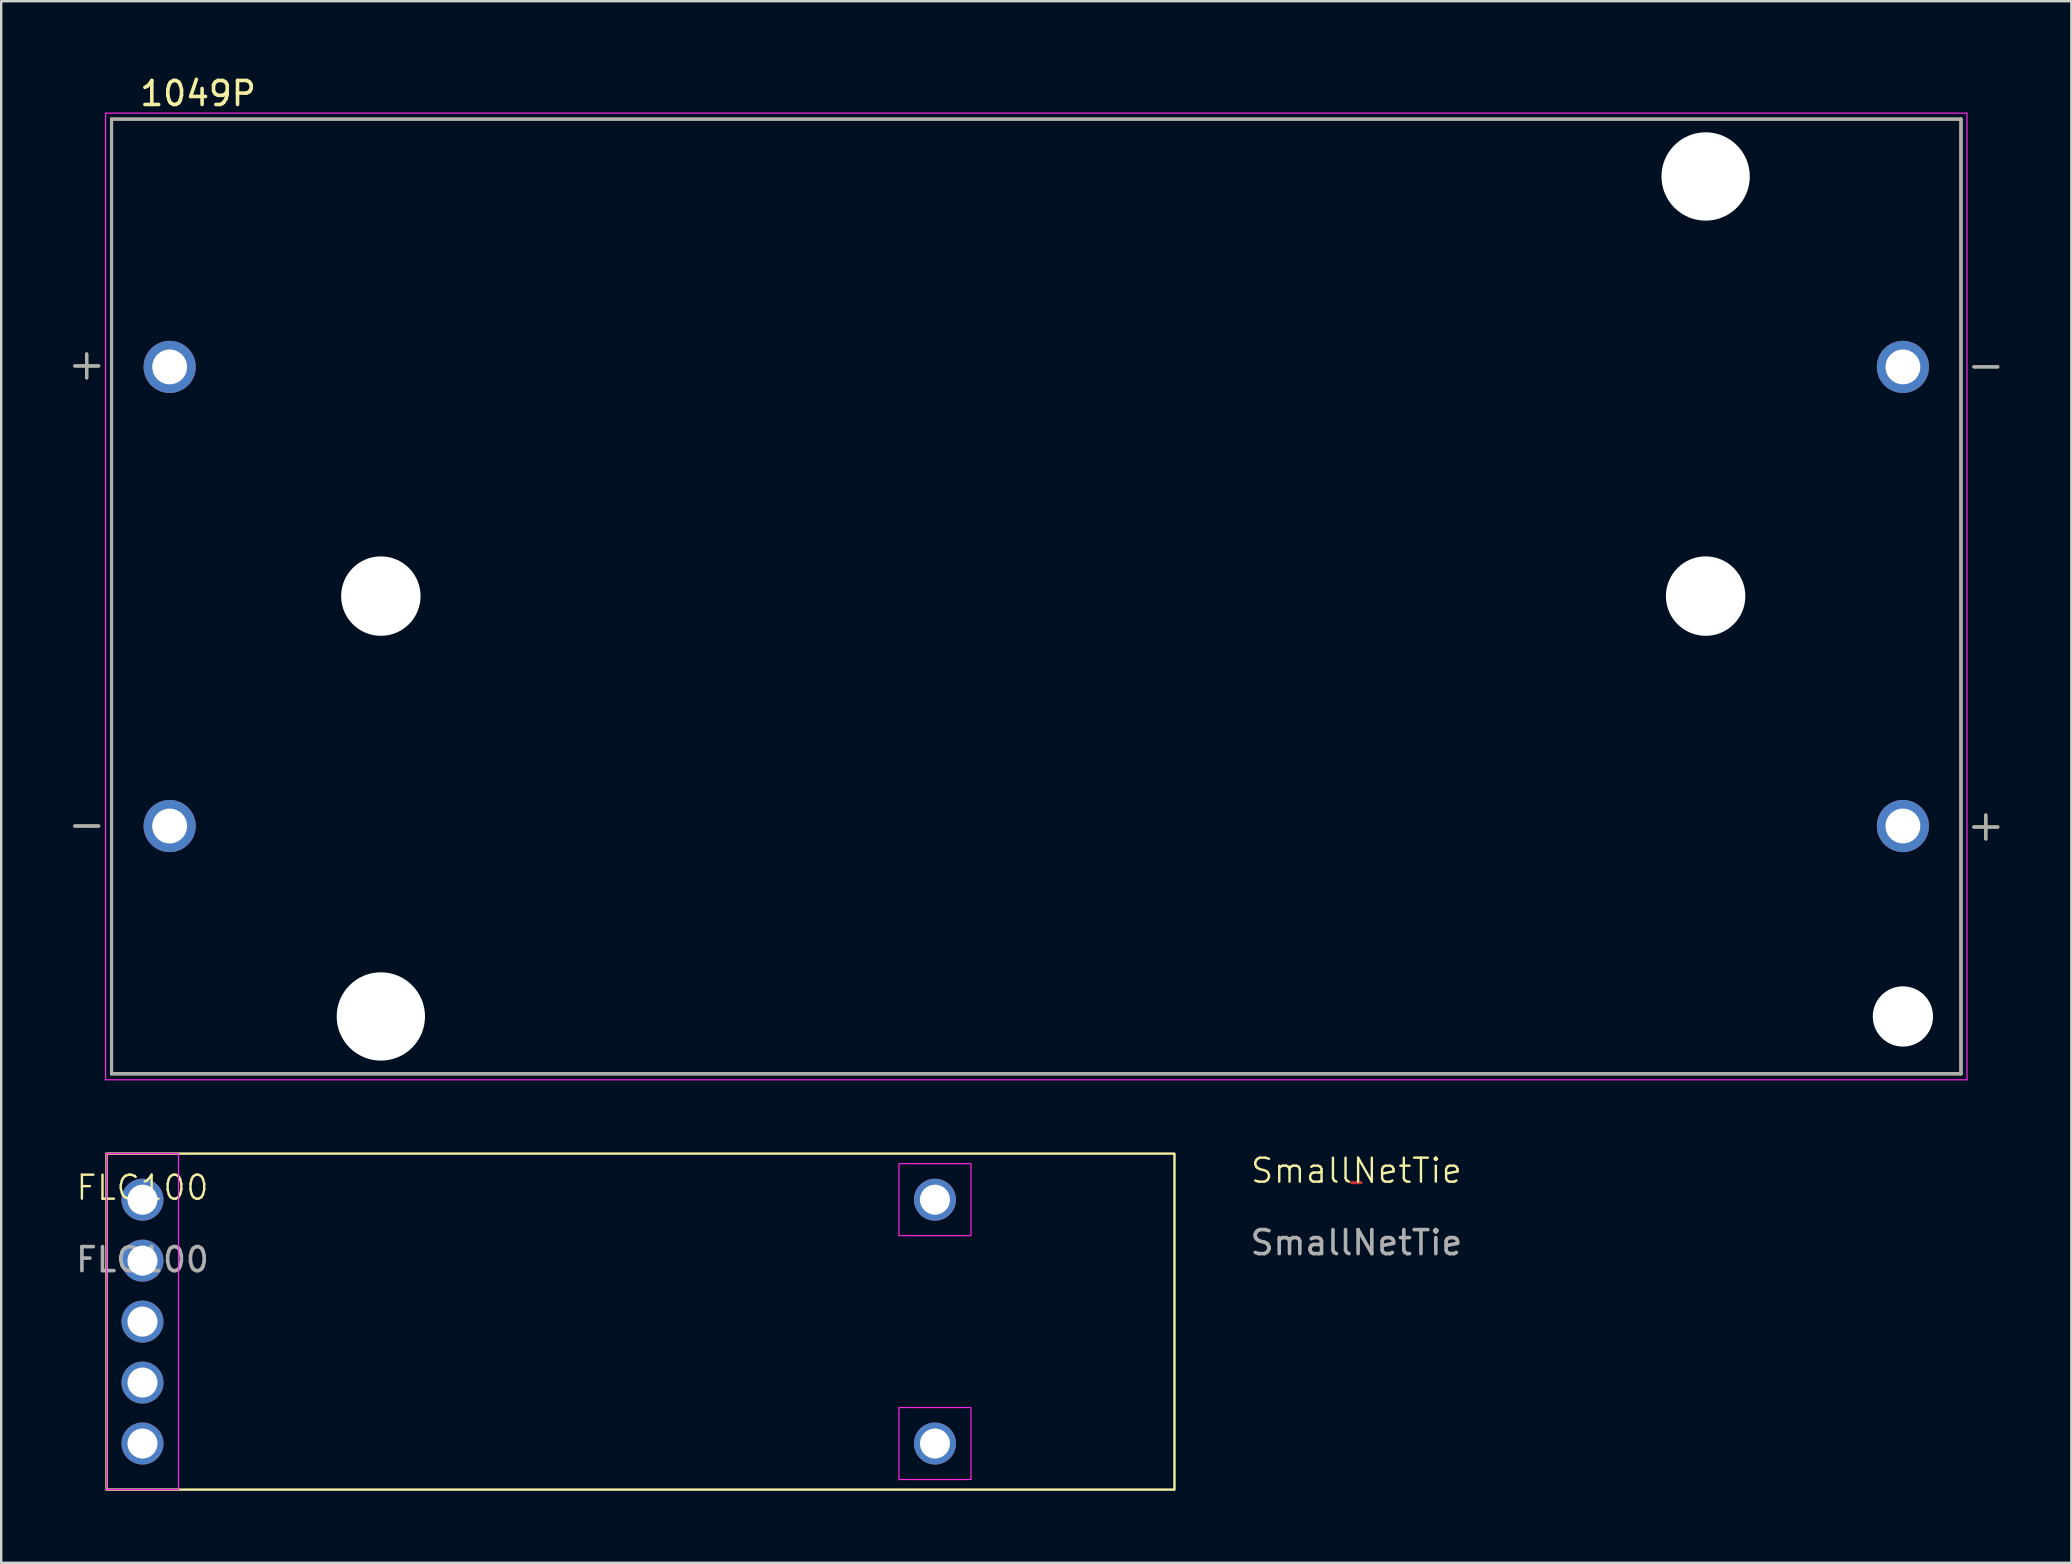
<source format=kicad_pcb>
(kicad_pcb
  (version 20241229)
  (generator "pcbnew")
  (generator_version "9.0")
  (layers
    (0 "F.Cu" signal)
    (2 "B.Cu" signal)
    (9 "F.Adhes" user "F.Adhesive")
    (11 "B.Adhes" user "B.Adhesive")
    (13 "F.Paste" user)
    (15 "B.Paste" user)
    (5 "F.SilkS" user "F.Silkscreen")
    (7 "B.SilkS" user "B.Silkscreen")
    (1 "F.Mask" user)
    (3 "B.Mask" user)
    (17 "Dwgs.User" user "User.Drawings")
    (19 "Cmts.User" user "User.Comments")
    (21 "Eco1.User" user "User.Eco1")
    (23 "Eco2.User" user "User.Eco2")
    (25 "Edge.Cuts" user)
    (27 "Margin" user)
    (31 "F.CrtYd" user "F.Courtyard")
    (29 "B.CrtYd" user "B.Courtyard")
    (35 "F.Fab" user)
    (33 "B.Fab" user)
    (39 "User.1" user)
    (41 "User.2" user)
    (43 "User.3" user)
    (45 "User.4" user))
  (footprint "SmallNetTie"
    (layer "F.Cu")
    (at 53.467 46.229)
    (property "Reference" "SmallNetTie" (at 0 -0.5 0) (unlocked yes) (layer "F.SilkS") (effects (font (size 1 1) (thickness 0.1))))
    (attr through_hole)
    (fp_poly (pts (xy -0.2 -0.064) (xy 0.2 -0.064) (xy 0.2 0.064) (xy -0.2 0.064)) (stroke (width 0) (type solid)) (fill yes) (layer "F.Cu"))
    (fp_text user "${REFERENCE}" (at 0 2.5 0) (unlocked yes) (layer "F.Fab") (effects (font (size 1 1) (thickness 0.15))))
    (pad "1" smd circle (at -0.2 0) (size 0.127 0.127) (layers "F.Cu"))
    (pad "2" smd circle (at 0.2 0) (size 0.127 0.127) (layers "F.Cu")))
  (footprint "1049P"
    (layer "F.Cu")
    (at 40.129 21.803)
    (property "Reference" "1049P" (at -34.925 -20.955 0) (layer "F.SilkS") (effects (font (size 1 1) (thickness 0.15))))
    (attr through_hole)
    (fp_line (start -40.065 9.565) (end -39.065 9.565) (stroke (width 0.127) (type solid)) (layer "F.SilkS"))
    (fp_line (start -39.565 -9.105) (end -39.565 -10.105) (stroke (width 0.127) (type solid)) (layer "F.SilkS"))
    (fp_line (start -39.065 -9.605) (end -40.065 -9.605) (stroke (width 0.127) (type solid)) (layer "F.SilkS"))
    (fp_line (start -38.53 -19.89) (end 38.53 -19.89) (stroke (width 0.127) (type solid)) (layer "F.SilkS"))
    (fp_line (start -38.53 19.89) (end -38.53 -19.89) (stroke (width 0.127) (type solid)) (layer "F.SilkS"))
    (fp_line (start 38.53 -19.89) (end 38.53 19.89) (stroke (width 0.127) (type solid)) (layer "F.SilkS"))
    (fp_line (start 38.53 19.89) (end -38.53 19.89) (stroke (width 0.127) (type solid)) (layer "F.SilkS"))
    (fp_line (start 39.065 9.605) (end 40.065 9.605) (stroke (width 0.127) (type solid)) (layer "F.SilkS"))
    (fp_line (start 39.565 9.105) (end 39.565 10.105) (stroke (width 0.127) (type solid)) (layer "F.SilkS"))
    (fp_line (start 40.065 -9.565) (end 39.065 -9.565) (stroke (width 0.127) (type solid)) (layer "F.SilkS"))
    (fp_line (start -38.78 -20.14) (end 38.78 -20.14) (stroke (width 0.05) (type solid)) (layer "F.CrtYd"))
    (fp_line (start -38.78 20.14) (end -38.78 -20.14) (stroke (width 0.05) (type solid)) (layer "F.CrtYd"))
    (fp_line (start 38.78 -20.14) (end 38.78 20.14) (stroke (width 0.05) (type solid)) (layer "F.CrtYd"))
    (fp_line (start 38.78 20.14) (end -38.78 20.14) (stroke (width 0.05) (type solid)) (layer "F.CrtYd"))
    (fp_line (start -40.065 -9.605) (end -39.065 -9.605) (stroke (width 0.127) (type solid)) (layer "F.Fab"))
    (fp_line (start -40.065 9.565) (end -39.065 9.565) (stroke (width 0.127) (type solid)) (layer "F.Fab"))
    (fp_line (start -39.565 -9.105) (end -39.565 -10.105) (stroke (width 0.127) (type solid)) (layer "F.Fab"))
    (fp_line (start -38.53 -19.89) (end 38.53 -19.89) (stroke (width 0.127) (type solid)) (layer "F.Fab"))
    (fp_line (start -38.53 19.89) (end -38.53 -19.89) (stroke (width 0.127) (type solid)) (layer "F.Fab"))
    (fp_line (start 38.53 -19.89) (end 38.53 19.89) (stroke (width 0.127) (type solid)) (layer "F.Fab"))
    (fp_line (start 38.53 19.89) (end -38.53 19.89) (stroke (width 0.127) (type solid)) (layer "F.Fab"))
    (fp_line (start 39.565 9.105) (end 39.565 10.105) (stroke (width 0.127) (type solid)) (layer "F.Fab"))
    (fp_line (start 40.065 -9.565) (end 39.065 -9.565) (stroke (width 0.127) (type solid)) (layer "F.Fab"))
    (fp_line (start 40.065 9.605) (end 39.065 9.605) (stroke (width 0.127) (type solid)) (layer "F.Fab"))
    (pad "" np_thru_hole circle (at -27.31 -0.015) (size 3.31 3.31) (drill 3.31) (layers "*.Cu" "*.Mask"))
    (pad "" np_thru_hole circle (at -27.31 17.5) (size 3.68 3.68) (drill 3.68) (layers "*.Cu" "*.Mask"))
    (pad "" np_thru_hole circle (at 27.89 -17.5) (size 3.68 3.68) (drill 3.68) (layers "*.Cu" "*.Mask"))
    (pad "" np_thru_hole circle (at 27.89 -0.015) (size 3.31 3.31) (drill 3.31) (layers "*.Cu" "*.Mask"))
    (pad "" np_thru_hole circle (at 36.11 17.5) (size 2.51 2.51) (drill 2.51) (layers "*.Cu" "*.Mask"))
    (pad "N1" thru_hole circle (at 36.11 -9.565) (size 2.175 2.175) (drill 1.45) (layers "*.Cu" "*.Mask"))
    (pad "N2" thru_hole circle (at -36.11 9.565) (size 2.175 2.175) (drill 1.45) (layers "*.Cu" "*.Mask"))
    (pad "P1" thru_hole circle (at -36.11 -9.565) (size 2.175 2.175) (drill 1.45) (layers "*.Cu" "*.Mask"))
    (pad "P2" thru_hole circle (at 36.11 9.565) (size 2.175 2.175) (drill 1.45) (layers "*.Cu" "*.Mask")))
  (footprint "FLC100"
    (layer "F.Cu")
    (at 2.887 52.018)
    (property "Reference" "FLC100" (at 0 -5.58 0) (unlocked yes) (layer "F.SilkS") (effects (font (size 1 1) (thickness 0.1))))
    (attr through_hole)
    (fp_rect (start -1.5 -7) (end 43 7) (stroke (width 0.1) (type default)) (fill no) (layer "F.SilkS"))
    (fp_rect (start -1.5 -7) (end 1.5 7) (stroke (width 0.05) (type default)) (fill no) (layer "F.CrtYd"))
    (fp_rect (start 31.52 -6.58) (end 34.52 -3.58) (stroke (width 0.05) (type default)) (fill no) (layer "F.CrtYd"))
    (fp_rect (start 31.52 3.58) (end 34.52 6.58) (stroke (width 0.05) (type default)) (fill no) (layer "F.CrtYd"))
    (fp_text user "${REFERENCE}" (at 0 -2.58 0) (unlocked yes) (layer "F.Fab") (effects (font (size 1 1) (thickness 0.15))))
    (pad "" thru_hole circle (at 33.02 -5.08) (size 1.75 1.75) (drill 1.25) (layers "*.Cu" "*.Mask"))
    (pad "" thru_hole circle (at 33.02 5.08) (size 1.75 1.75) (drill 1.25) (layers "*.Cu" "*.Mask"))
    (pad "1" thru_hole circle (at 0 -5.08) (size 1.75 1.75) (drill 1.25) (layers "*.Cu" "*.Mask"))
    (pad "2" thru_hole circle (at 0 -2.54) (size 1.75 1.75) (drill 1.25) (layers "*.Cu" "*.Mask"))
    (pad "3" thru_hole circle (at 0 0) (size 1.75 1.75) (drill 1.25) (layers "*.Cu" "*.Mask"))
    (pad "4" thru_hole circle (at 0 2.54) (size 1.75 1.75) (drill 1.25) (layers "*.Cu" "*.Mask"))
    (pad "5" thru_hole circle (at 0 5.08) (size 1.75 1.75) (drill 1.25) (layers "*.Cu" "*.Mask")))
  (gr_rect
    (start -3 -3)
    (end 83.257 62.068)
    (stroke (width 0.1) (type default))
    (fill no)
    (layer "Edge.Cuts")))
</source>
